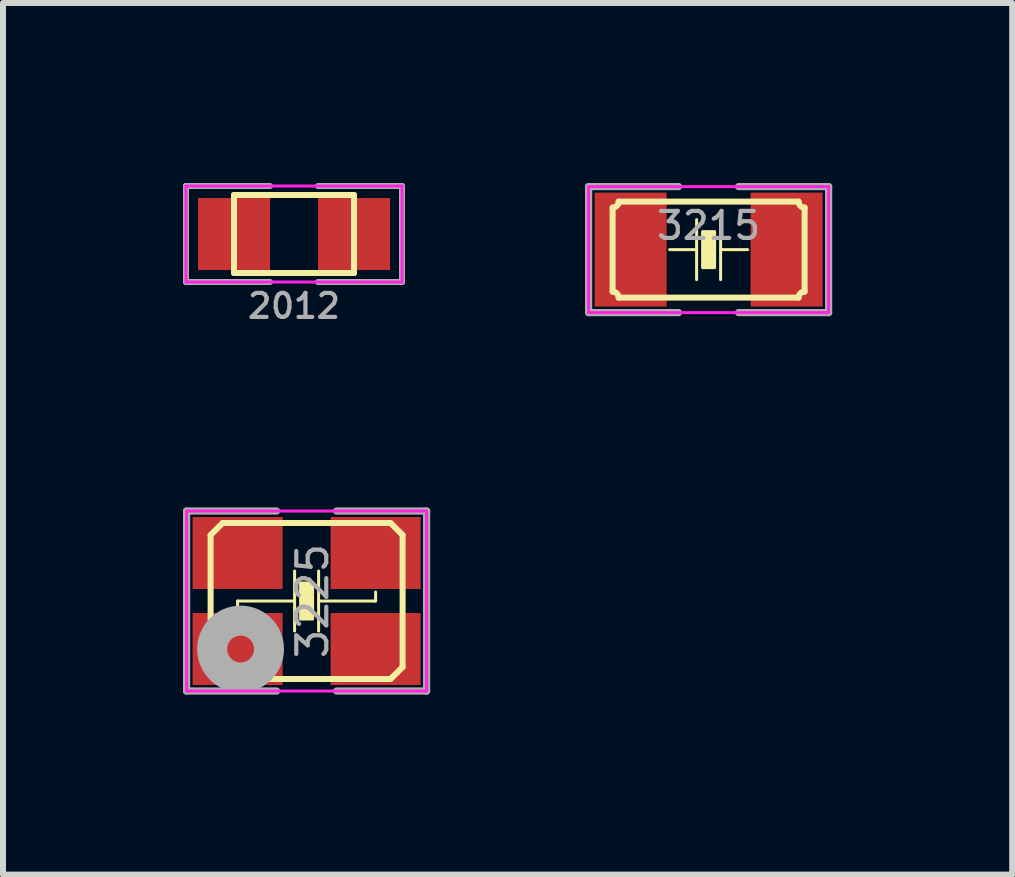
<source format=kicad_pcb>
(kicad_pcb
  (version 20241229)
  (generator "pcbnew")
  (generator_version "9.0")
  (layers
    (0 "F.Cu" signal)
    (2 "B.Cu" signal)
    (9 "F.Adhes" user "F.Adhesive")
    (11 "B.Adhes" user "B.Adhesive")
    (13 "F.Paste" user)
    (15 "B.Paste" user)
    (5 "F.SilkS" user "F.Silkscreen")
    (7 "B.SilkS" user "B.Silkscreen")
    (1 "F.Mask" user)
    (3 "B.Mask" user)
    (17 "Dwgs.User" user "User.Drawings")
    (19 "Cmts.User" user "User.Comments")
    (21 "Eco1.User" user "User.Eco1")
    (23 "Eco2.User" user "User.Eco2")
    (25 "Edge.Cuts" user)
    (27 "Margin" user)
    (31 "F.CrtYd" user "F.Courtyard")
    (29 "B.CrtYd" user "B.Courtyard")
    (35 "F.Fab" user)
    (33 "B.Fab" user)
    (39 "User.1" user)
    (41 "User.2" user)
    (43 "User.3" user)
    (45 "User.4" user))
  (footprint "2012"
    (layer "F.Cu")
    (at 1.85 0.85)
    (property "Reference" "2012" (at 0 1.2 180) (layer "F.Fab") (effects (font (size 0.4 0.4) (thickness 0.07))))
    (attr smd)
    (fp_line (start -1 -0.65) (end -1 0.65) (stroke (width 0.1) (type solid)) (layer "F.SilkS"))
    (fp_line (start -1 -0.65) (end 1 -0.65) (stroke (width 0.1) (type solid)) (layer "F.SilkS"))
    (fp_line (start -1 0.65) (end 1 0.65) (stroke (width 0.1) (type solid)) (layer "F.SilkS"))
    (fp_line (start 1 -0.65) (end 1 0.65) (stroke (width 0.1) (type solid)) (layer "F.SilkS"))
    (fp_line (start -1.8 -0.8) (end -1.8 0.8) (stroke (width 0.05) (type solid)) (layer "F.CrtYd"))
    (fp_line (start 1.8 -0.8) (end -1.8 -0.8) (stroke (width 0.05) (type solid)) (layer "F.CrtYd"))
    (fp_line (start 1.8 -0.8) (end 1.8 0.8) (stroke (width 0.05) (type solid)) (layer "F.CrtYd"))
    (fp_line (start 1.8 0.8) (end -1.8 0.8) (stroke (width 0.05) (type solid)) (layer "F.CrtYd"))
    (fp_line (start -1.8 -0.8) (end -1.8 0.8) (stroke (width 0.1) (type solid)) (layer "F.Fab"))
    (fp_line (start -0.4 -0.8) (end -1.8 -0.8) (stroke (width 0.1) (type solid)) (layer "F.Fab"))
    (fp_line (start -0.4 0.8) (end -1.8 0.8) (stroke (width 0.1) (type solid)) (layer "F.Fab"))
    (fp_line (start 1.8 -0.8) (end 0.4 -0.8) (stroke (width 0.1) (type solid)) (layer "F.Fab"))
    (fp_line (start 1.8 -0.8) (end 1.8 0.8) (stroke (width 0.1) (type solid)) (layer "F.Fab"))
    (fp_line (start 1.8 0.8) (end 0.4 0.8) (stroke (width 0.1) (type solid)) (layer "F.Fab"))
    (pad "1" smd rect (at -1 0) (size 1.2 1.2) (layers "F.Cu" "F.Mask" "F.Paste"))
    (pad "2" smd rect (at 1 0) (size 1.2 1.2) (layers "F.Cu" "F.Mask" "F.Paste")))
  (footprint "3225"
    (layer "F.Cu")
    (at 2.06 6.967)
    (property "Reference" "3225" (at 0.1 0 90) (layer "F.Fab") (effects (font (size 0.5 0.5) (thickness 0.07))))
    (attr smd)
    (fp_line (start -1.6 -1.1) (end -1.4 -1.3) (stroke (width 0.1) (type solid)) (layer "F.SilkS"))
    (fp_line (start -1.6 1.1) (end -1.6 -1.1) (stroke (width 0.1) (type solid)) (layer "F.SilkS"))
    (fp_line (start -1.4 -1.3) (end 1.4 -1.3) (stroke (width 0.1) (type solid)) (layer "F.SilkS"))
    (fp_line (start -1.4 1.3) (end -1.6 1.1) (stroke (width 0.1) (type solid)) (layer "F.SilkS"))
    (fp_line (start -1.15 0) (end -1.15 0.15) (stroke (width 0.05) (type solid)) (layer "F.SilkS"))
    (fp_line (start -0.2 0) (end -1.15 0) (stroke (width 0.05) (type solid)) (layer "F.SilkS"))
    (fp_line (start -0.2 0.5) (end -0.2 -0.5) (stroke (width 0.05) (type solid)) (layer "F.SilkS"))
    (fp_line (start 0.2 -0.5) (end 0.2 0.5) (stroke (width 0.05) (type solid)) (layer "F.SilkS"))
    (fp_line (start 1.15 -0.15) (end 1.15 0) (stroke (width 0.05) (type solid)) (layer "F.SilkS"))
    (fp_line (start 1.15 0) (end 0.2 0) (stroke (width 0.05) (type solid)) (layer "F.SilkS"))
    (fp_line (start 1.4 -1.3) (end 1.6 -1.1) (stroke (width 0.1) (type solid)) (layer "F.SilkS"))
    (fp_line (start 1.4 1.3) (end -1.4 1.3) (stroke (width 0.1) (type solid)) (layer "F.SilkS"))
    (fp_line (start 1.6 -1.1) (end 1.6 1.1) (stroke (width 0.1) (type solid)) (layer "F.SilkS"))
    (fp_line (start 1.6 1.1) (end 1.4 1.3) (stroke (width 0.1) (type solid)) (layer "F.SilkS"))
    (fp_poly (pts (xy 0.1 0.3) (xy -0.1 0.3) (xy -0.1 -0.3) (xy 0.1 -0.3)) (stroke (width 0.05) (type solid)) (fill yes) (layer "F.SilkS"))
    (fp_line (start -2 -1.5) (end 2 -1.5) (stroke (width 0.05) (type solid)) (layer "F.CrtYd"))
    (fp_line (start -2 1.5) (end -2 -1.5) (stroke (width 0.05) (type solid)) (layer "F.CrtYd"))
    (fp_line (start 2 -1.5) (end 2 1.5) (stroke (width 0.05) (type solid)) (layer "F.CrtYd"))
    (fp_line (start 2 1.5) (end -2 1.5) (stroke (width 0.05) (type solid)) (layer "F.CrtYd"))
    (fp_line (start -2 -1.5) (end -0.5 -1.5) (stroke (width 0.12) (type solid)) (layer "F.Fab"))
    (fp_line (start -2 1.5) (end -2 -1.5) (stroke (width 0.12) (type solid)) (layer "F.Fab"))
    (fp_line (start -0.5 1.5) (end -2 1.5) (stroke (width 0.12) (type solid)) (layer "F.Fab"))
    (fp_line (start 0.5 -1.5) (end 2 -1.5) (stroke (width 0.12) (type solid)) (layer "F.Fab"))
    (fp_line (start 2 -1.5) (end 2 1.5) (stroke (width 0.12) (type solid)) (layer "F.Fab"))
    (fp_line (start 2 1.5) (end 0.5 1.5) (stroke (width 0.12) (type solid)) (layer "F.Fab"))
    (fp_circle (center -1.1 0.8) (end -1 1) (stroke (width 0.5) (type solid)) (fill no) (layer "F.Fab"))
    (pad "1" smd rect (at -1.15 0.8) (size 1.5 1.2) (layers "F.Cu" "F.Mask" "F.Paste"))
    (pad "2" smd rect (at 1.15 -0.8) (size 1.5 1.2) (layers "F.Cu" "F.Mask" "F.Paste"))
    (pad "3" smd rect (at -1.15 -0.8) (size 1.5 1.2) (layers "F.Cu" "F.Mask" "F.Paste"))
    (pad "3" smd rect (at 1.15 0.8) (size 1.5 1.2) (layers "F.Cu" "F.Mask" "F.Paste")))
  (footprint "3215"
    (layer "F.Cu")
    (at 8.76 1.11)
    (property "Reference" "3215" (at 0 -0.4 180) (layer "F.Fab") (effects (font (size 0.45 0.45) (thickness 0.07))))
    (attr smd)
    (fp_line (start -1.6 0.7) (end -1.6 -0.7) (stroke (width 0.1) (type solid)) (layer "F.SilkS"))
    (fp_line (start -1.5 -0.8) (end 1.5 -0.8) (stroke (width 0.1) (type solid)) (layer "F.SilkS"))
    (fp_line (start -0.2 0) (end -0.65 0) (stroke (width 0.05) (type solid)) (layer "F.SilkS"))
    (fp_line (start -0.2 0.5) (end -0.2 -0.5) (stroke (width 0.05) (type solid)) (layer "F.SilkS"))
    (fp_line (start 0.2 -0.5) (end 0.2 0.5) (stroke (width 0.05) (type solid)) (layer "F.SilkS"))
    (fp_line (start 0.2 0) (end 0.65 0) (stroke (width 0.05) (type solid)) (layer "F.SilkS"))
    (fp_line (start 1.5 0.8) (end -1.5 0.8) (stroke (width 0.1) (type solid)) (layer "F.SilkS"))
    (fp_line (start 1.6 -0.7) (end 1.6 0.7) (stroke (width 0.1) (type solid)) (layer "F.SilkS"))
    (fp_arc (start -1.6 0.7) (mid -1.529289 0.729289) (end -1.5 0.8) (stroke (width 0.1) (type solid)) (layer "F.SilkS"))
    (fp_arc (start -1.5 -0.8) (mid -1.529289 -0.729289) (end -1.6 -0.7) (stroke (width 0.1) (type solid)) (layer "F.SilkS"))
    (fp_arc (start 1.5 0.8) (mid 1.529289 0.729289) (end 1.6 0.7) (stroke (width 0.1) (type solid)) (layer "F.SilkS"))
    (fp_arc (start 1.6 -0.7) (mid 1.529289 -0.729289) (end 1.5 -0.8) (stroke (width 0.1) (type solid)) (layer "F.SilkS"))
    (fp_poly (pts (xy 0.1 0.3) (xy -0.1 0.3) (xy -0.1 -0.3) (xy 0.1 -0.3)) (stroke (width 0.05) (type solid)) (fill yes) (layer "F.SilkS"))
    (fp_line (start -2 -1.05) (end 2 -1.05) (stroke (width 0.05) (type solid)) (layer "F.CrtYd"))
    (fp_line (start -2 1.05) (end -2 -1.05) (stroke (width 0.05) (type solid)) (layer "F.CrtYd"))
    (fp_line (start 2 -1.05) (end 2 1.05) (stroke (width 0.05) (type solid)) (layer "F.CrtYd"))
    (fp_line (start 2 1.05) (end -2 1.05) (stroke (width 0.05) (type solid)) (layer "F.CrtYd"))
    (fp_line (start -2 -1.05) (end -0.5 -1.05) (stroke (width 0.12) (type solid)) (layer "F.Fab"))
    (fp_line (start -2 1.05) (end -2 -1.05) (stroke (width 0.12) (type solid)) (layer "F.Fab"))
    (fp_line (start -0.5 1.05) (end -2 1.05) (stroke (width 0.12) (type solid)) (layer "F.Fab"))
    (fp_line (start 0.5 -1.05) (end 2 -1.05) (stroke (width 0.12) (type solid)) (layer "F.Fab"))
    (fp_line (start 2 -1.05) (end 2 1.05) (stroke (width 0.12) (type solid)) (layer "F.Fab"))
    (fp_line (start 2 1.05) (end 0.5 1.05) (stroke (width 0.12) (type solid)) (layer "F.Fab"))
    (pad "1" smd rect (at -1.3 0 90) (size 1.9 1.2) (layers "F.Cu" "F.Mask" "F.Paste"))
    (pad "2" smd rect (at 1.3 0 90) (size 1.9 1.2) (layers "F.Cu" "F.Mask" "F.Paste")))
  (gr_rect
    (start -3 -3)
    (end 13.82 11.527)
    (stroke (width 0.1) (type default))
    (fill no)
    (layer "Edge.Cuts")))
</source>
